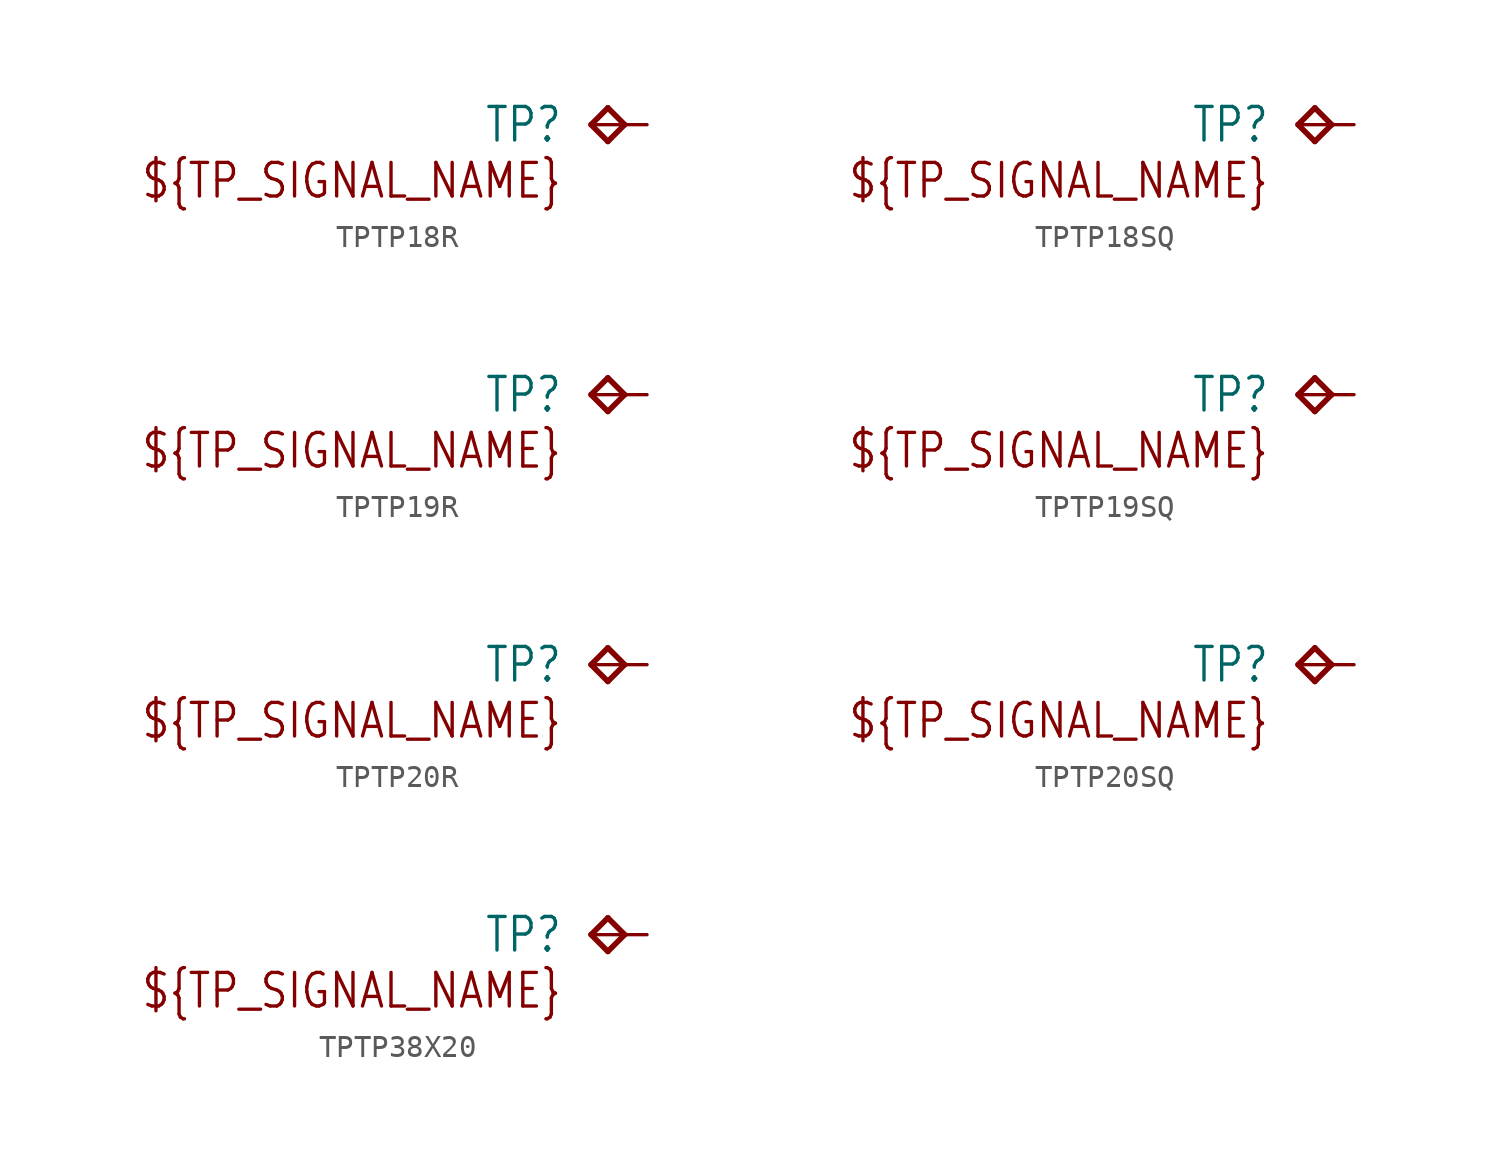
<source format=kicad_sym>
(kicad_symbol_lib
  (version 20220914)
  (generator kicad_symbol_editor)
  (symbol "TPTP18R"
    (property "Reference" "TP"
      (at -3.81 0 0)
      (effects (font (size 1.524 1.295)) (justify right)))
    (property "ki_locked" ""
      (at 0 0 0)
      (effects (font (size 1.27 1.27))))
    (symbol "TPTP18R_1_0"
      (polyline (pts (xy -2.54 0) (xy -1.778 0.762)) (stroke (width 0.254) (type solid)) (fill (type none)))
      (polyline (pts (xy -1.778 -0.762) (xy -2.54 0)) (stroke (width 0.254) (type solid)) (fill (type none)))
      (polyline (pts (xy -1.778 0.762) (xy -1.016 0)) (stroke (width 0.254) (type solid)) (fill (type none)))
      (polyline (pts (xy -1.016 0) (xy -1.778 -0.762)) (stroke (width 0.254) (type solid)) (fill (type none)))
      (text "${TP_SIGNAL_NAME}" (at -3.81 -2.54 0) (effects (font (size 1.524 1.295)) (justify right)))
      (pin bidirectional line (at 0 0 180) (length 2.54) (name "TP" (effects (font (size 0 0)))) (number "TP" (effects (font (size 0 0)))))))
  (symbol "TPTP18SQ"
    (property "Reference" "TP"
      (at -3.81 0 0)
      (effects (font (size 1.524 1.295)) (justify right)))
    (property "ki_locked" ""
      (at 0 0 0)
      (effects (font (size 1.27 1.27))))
    (symbol "TPTP18SQ_1_0"
      (polyline (pts (xy -2.54 0) (xy -1.778 0.762)) (stroke (width 0.254) (type solid)) (fill (type none)))
      (polyline (pts (xy -1.778 -0.762) (xy -2.54 0)) (stroke (width 0.254) (type solid)) (fill (type none)))
      (polyline (pts (xy -1.778 0.762) (xy -1.016 0)) (stroke (width 0.254) (type solid)) (fill (type none)))
      (polyline (pts (xy -1.016 0) (xy -1.778 -0.762)) (stroke (width 0.254) (type solid)) (fill (type none)))
      (text "${TP_SIGNAL_NAME}" (at -3.81 -2.54 0) (effects (font (size 1.524 1.295)) (justify right)))
      (pin bidirectional line (at 0 0 180) (length 2.54) (name "TP" (effects (font (size 0 0)))) (number "TP" (effects (font (size 0 0)))))))
  (symbol "TPTP19R"
    (property "Reference" "TP"
      (at -3.81 0 0)
      (effects (font (size 1.524 1.295)) (justify right)))
    (property "ki_locked" ""
      (at 0 0 0)
      (effects (font (size 1.27 1.27))))
    (symbol "TPTP19R_1_0"
      (polyline (pts (xy -2.54 0) (xy -1.778 0.762)) (stroke (width 0.254) (type solid)) (fill (type none)))
      (polyline (pts (xy -1.778 -0.762) (xy -2.54 0)) (stroke (width 0.254) (type solid)) (fill (type none)))
      (polyline (pts (xy -1.778 0.762) (xy -1.016 0)) (stroke (width 0.254) (type solid)) (fill (type none)))
      (polyline (pts (xy -1.016 0) (xy -1.778 -0.762)) (stroke (width 0.254) (type solid)) (fill (type none)))
      (text "${TP_SIGNAL_NAME}" (at -3.81 -2.54 0) (effects (font (size 1.524 1.295)) (justify right)))
      (pin bidirectional line (at 0 0 180) (length 2.54) (name "TP" (effects (font (size 0 0)))) (number "TP" (effects (font (size 0 0)))))))
  (symbol "TPTP19SQ"
    (property "Reference" "TP"
      (at -3.81 0 0)
      (effects (font (size 1.524 1.295)) (justify right)))
    (property "ki_locked" ""
      (at 0 0 0)
      (effects (font (size 1.27 1.27))))
    (symbol "TPTP19SQ_1_0"
      (polyline (pts (xy -2.54 0) (xy -1.778 0.762)) (stroke (width 0.254) (type solid)) (fill (type none)))
      (polyline (pts (xy -1.778 -0.762) (xy -2.54 0)) (stroke (width 0.254) (type solid)) (fill (type none)))
      (polyline (pts (xy -1.778 0.762) (xy -1.016 0)) (stroke (width 0.254) (type solid)) (fill (type none)))
      (polyline (pts (xy -1.016 0) (xy -1.778 -0.762)) (stroke (width 0.254) (type solid)) (fill (type none)))
      (text "${TP_SIGNAL_NAME}" (at -3.81 -2.54 0) (effects (font (size 1.524 1.295)) (justify right)))
      (pin bidirectional line (at 0 0 180) (length 2.54) (name "TP" (effects (font (size 0 0)))) (number "TP" (effects (font (size 0 0)))))))
  (symbol "TPTP20R"
    (property "Reference" "TP"
      (at -3.81 0 0)
      (effects (font (size 1.524 1.295)) (justify right)))
    (property "ki_locked" ""
      (at 0 0 0)
      (effects (font (size 1.27 1.27))))
    (symbol "TPTP20R_1_0"
      (polyline (pts (xy -2.54 0) (xy -1.778 0.762)) (stroke (width 0.254) (type solid)) (fill (type none)))
      (polyline (pts (xy -1.778 -0.762) (xy -2.54 0)) (stroke (width 0.254) (type solid)) (fill (type none)))
      (polyline (pts (xy -1.778 0.762) (xy -1.016 0)) (stroke (width 0.254) (type solid)) (fill (type none)))
      (polyline (pts (xy -1.016 0) (xy -1.778 -0.762)) (stroke (width 0.254) (type solid)) (fill (type none)))
      (text "${TP_SIGNAL_NAME}" (at -3.81 -2.54 0) (effects (font (size 1.524 1.295)) (justify right)))
      (pin bidirectional line (at 0 0 180) (length 2.54) (name "TP" (effects (font (size 0 0)))) (number "TP" (effects (font (size 0 0)))))))
  (symbol "TPTP20SQ"
    (property "Reference" "TP"
      (at -3.81 0 0)
      (effects (font (size 1.524 1.295)) (justify right)))
    (property "ki_locked" ""
      (at 0 0 0)
      (effects (font (size 1.27 1.27))))
    (symbol "TPTP20SQ_1_0"
      (polyline (pts (xy -2.54 0) (xy -1.778 0.762)) (stroke (width 0.254) (type solid)) (fill (type none)))
      (polyline (pts (xy -1.778 -0.762) (xy -2.54 0)) (stroke (width 0.254) (type solid)) (fill (type none)))
      (polyline (pts (xy -1.778 0.762) (xy -1.016 0)) (stroke (width 0.254) (type solid)) (fill (type none)))
      (polyline (pts (xy -1.016 0) (xy -1.778 -0.762)) (stroke (width 0.254) (type solid)) (fill (type none)))
      (text "${TP_SIGNAL_NAME}" (at -3.81 -2.54 0) (effects (font (size 1.524 1.295)) (justify right)))
      (pin bidirectional line (at 0 0 180) (length 2.54) (name "TP" (effects (font (size 0 0)))) (number "TP" (effects (font (size 0 0)))))))
  (symbol "TPTP38X20"
    (property "Reference" "TP"
      (at -3.81 0 0)
      (effects (font (size 1.524 1.295)) (justify right)))
    (property "ki_locked" ""
      (at 0 0 0)
      (effects (font (size 1.27 1.27))))
    (symbol "TPTP38X20_1_0"
      (polyline (pts (xy -2.54 0) (xy -1.778 0.762)) (stroke (width 0.254) (type solid)) (fill (type none)))
      (polyline (pts (xy -1.778 -0.762) (xy -2.54 0)) (stroke (width 0.254) (type solid)) (fill (type none)))
      (polyline (pts (xy -1.778 0.762) (xy -1.016 0)) (stroke (width 0.254) (type solid)) (fill (type none)))
      (polyline (pts (xy -1.016 0) (xy -1.778 -0.762)) (stroke (width 0.254) (type solid)) (fill (type none)))
      (text "${TP_SIGNAL_NAME}" (at -3.81 -2.54 0) (effects (font (size 1.524 1.295)) (justify right)))
      (pin bidirectional line (at 0 0 180) (length 2.54) (name "TP" (effects (font (size 0 0)))) (number "TP" (effects (font (size 0 0))))))))
</source>
